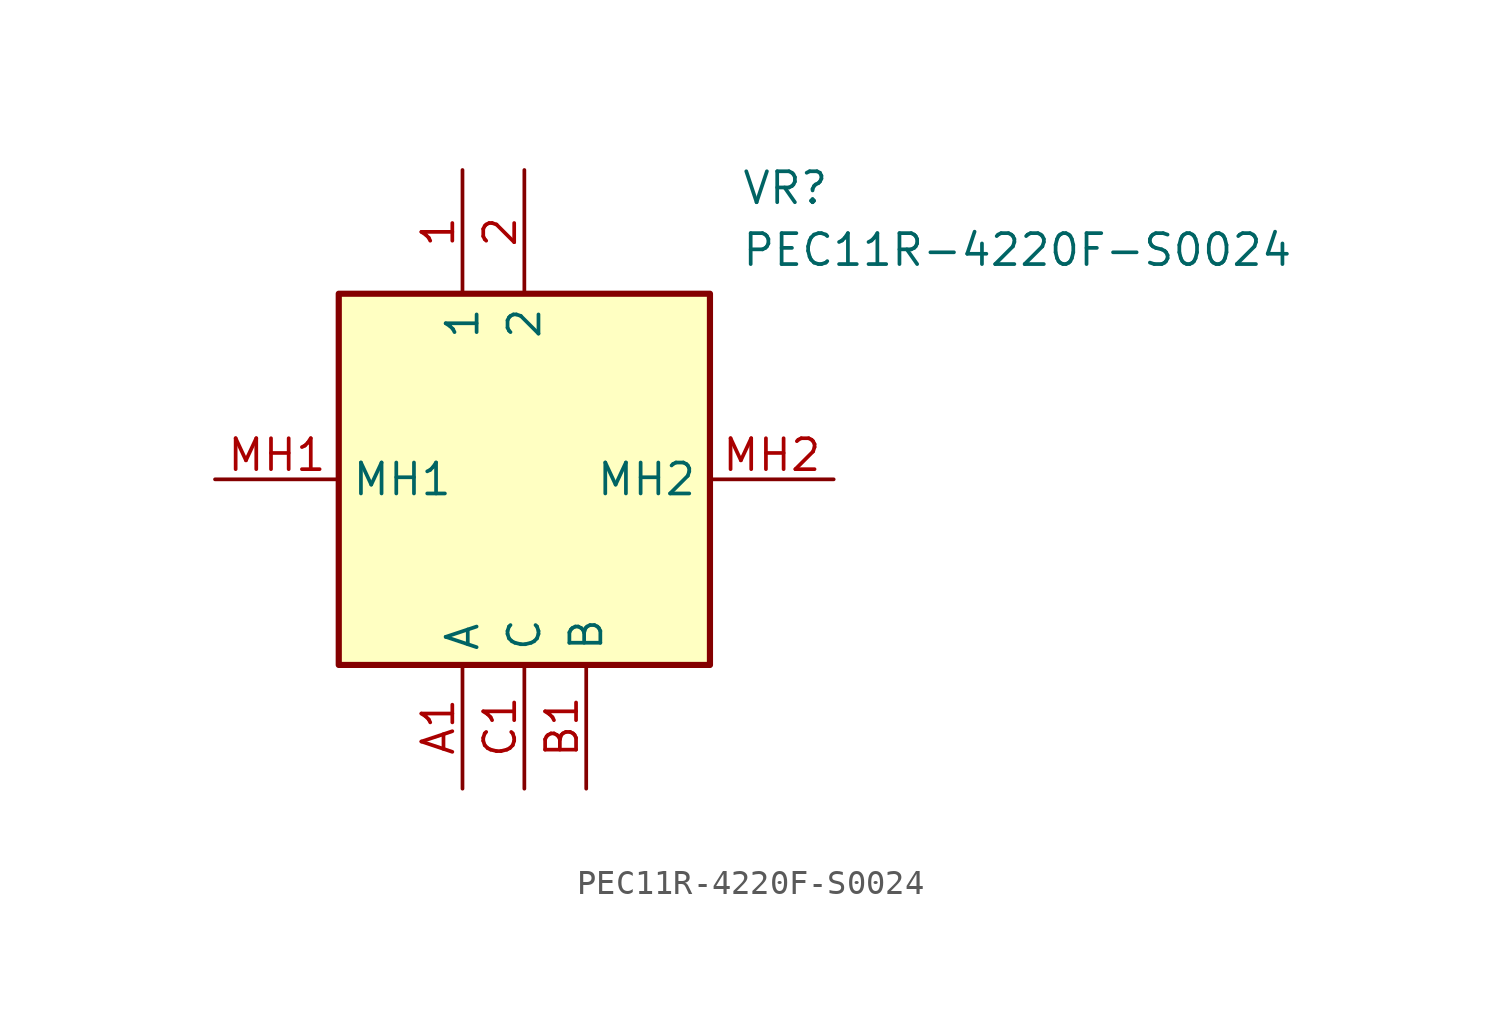
<source format=kicad_sym>
(kicad_symbol_lib
  (version 20211014)
  (generator SamacSys_ECAD_Model)
  (symbol "PEC11R-4220F-S0024"
    (property "Reference" "VR"
      (at 21.59 12.7 0)
      (effects (font (size 1.27 1.27)) (justify left top)))
    (property "Value" "PEC11R-4220F-S0024"
      (at 21.59 10.16 0)
      (effects (font (size 1.27 1.27)) (justify left top)))
    (rectangle
      (start 5.08 7.62)
      (end 20.32 -7.62)
      (stroke (width 0.254) (type default))
      (fill (type background)))
    (pin passive line
      (at 10.16 12.7 270)
      (length 5.08)
      (name "1" (effects (font (size 1.27 1.27))))
      (number "1" (effects (font (size 1.27 1.27)))))
    (pin passive line
      (at 12.7 12.7 270)
      (length 5.08)
      (name "2" (effects (font (size 1.27 1.27))))
      (number "2" (effects (font (size 1.27 1.27)))))
    (pin passive line
      (at 10.16 -12.7 90)
      (length 5.08)
      (name "A" (effects (font (size 1.27 1.27))))
      (number "A1" (effects (font (size 1.27 1.27)))))
    (pin passive line
      (at 15.24 -12.7 90)
      (length 5.08)
      (name "B" (effects (font (size 1.27 1.27))))
      (number "B1" (effects (font (size 1.27 1.27)))))
    (pin passive line
      (at 12.7 -12.7 90)
      (length 5.08)
      (name "C" (effects (font (size 1.27 1.27))))
      (number "C1" (effects (font (size 1.27 1.27)))))
    (pin passive line
      (at 0 0 0)
      (length 5.08)
      (name "MH1" (effects (font (size 1.27 1.27))))
      (number "MH1" (effects (font (size 1.27 1.27)))))
    (pin passive line
      (at 25.4 0 180)
      (length 5.08)
      (name "MH2" (effects (font (size 1.27 1.27))))
      (number "MH2" (effects (font (size 1.27 1.27)))))))
</source>
